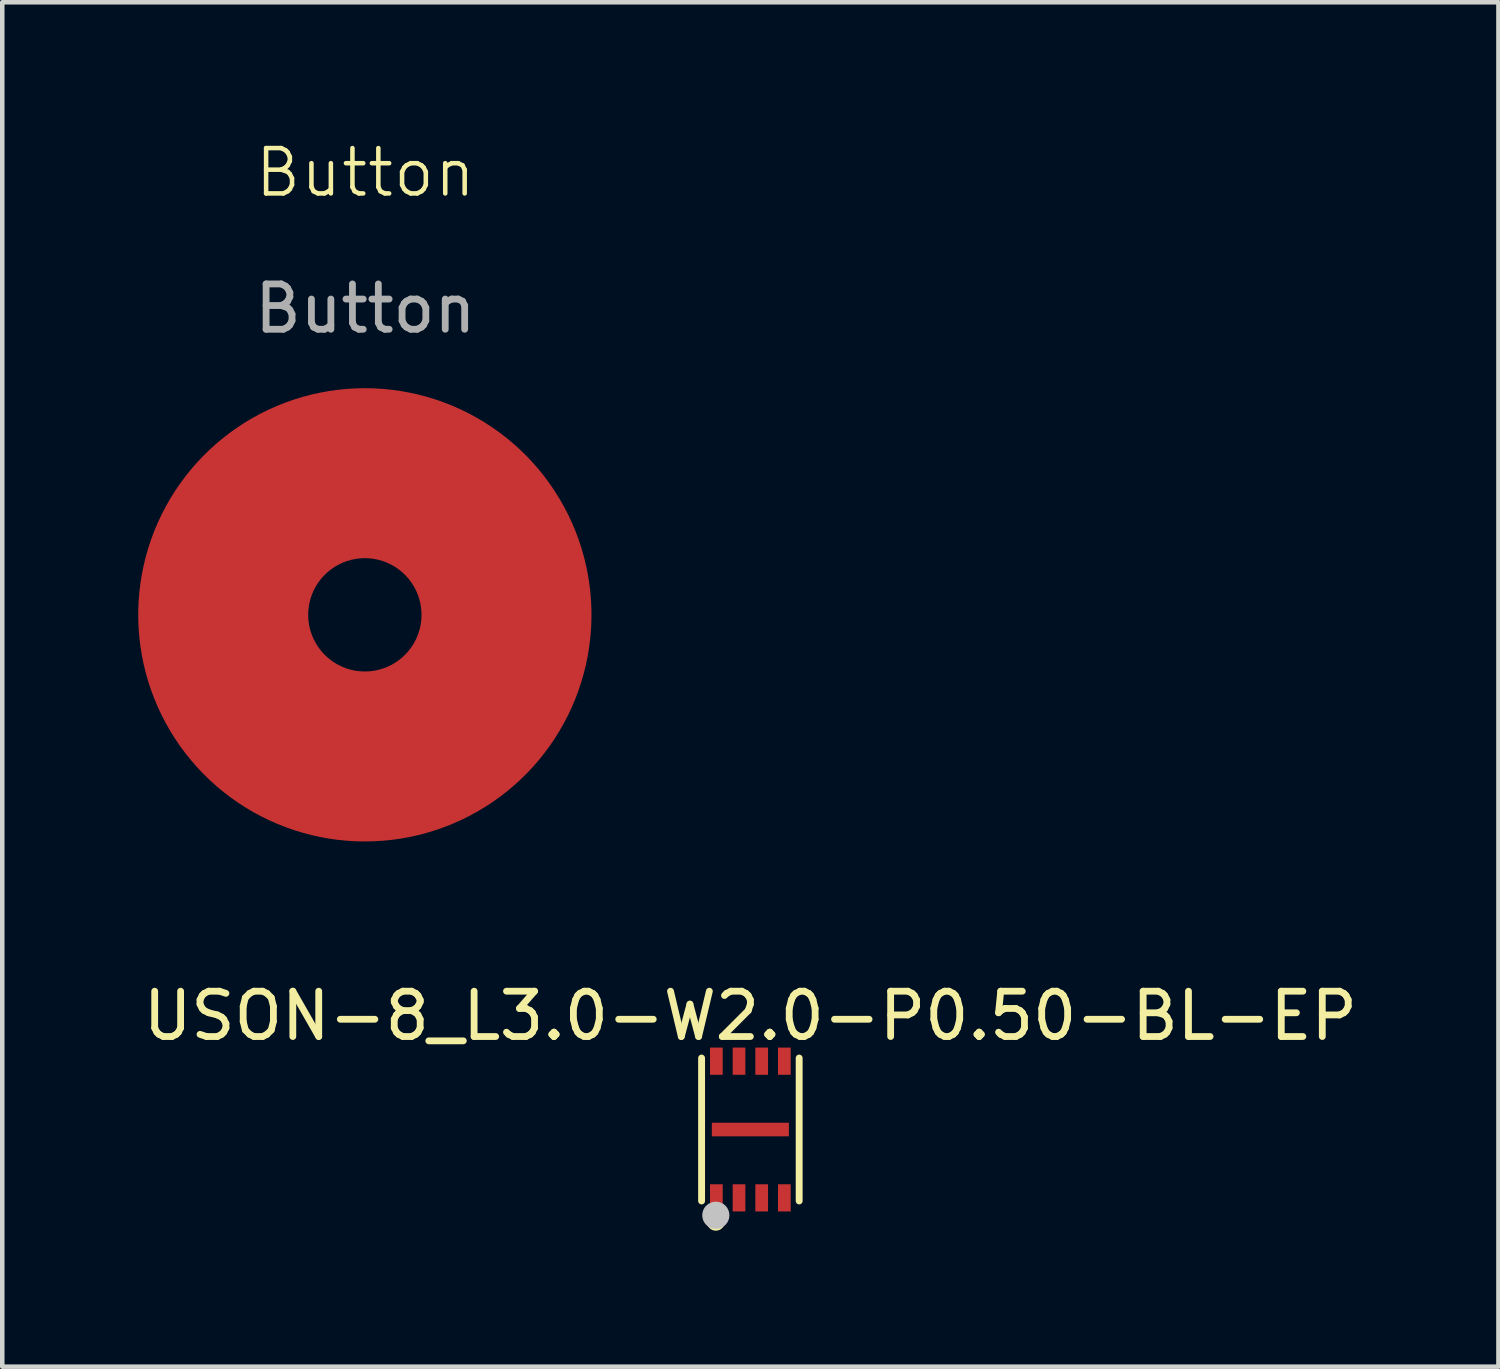
<source format=kicad_pcb>
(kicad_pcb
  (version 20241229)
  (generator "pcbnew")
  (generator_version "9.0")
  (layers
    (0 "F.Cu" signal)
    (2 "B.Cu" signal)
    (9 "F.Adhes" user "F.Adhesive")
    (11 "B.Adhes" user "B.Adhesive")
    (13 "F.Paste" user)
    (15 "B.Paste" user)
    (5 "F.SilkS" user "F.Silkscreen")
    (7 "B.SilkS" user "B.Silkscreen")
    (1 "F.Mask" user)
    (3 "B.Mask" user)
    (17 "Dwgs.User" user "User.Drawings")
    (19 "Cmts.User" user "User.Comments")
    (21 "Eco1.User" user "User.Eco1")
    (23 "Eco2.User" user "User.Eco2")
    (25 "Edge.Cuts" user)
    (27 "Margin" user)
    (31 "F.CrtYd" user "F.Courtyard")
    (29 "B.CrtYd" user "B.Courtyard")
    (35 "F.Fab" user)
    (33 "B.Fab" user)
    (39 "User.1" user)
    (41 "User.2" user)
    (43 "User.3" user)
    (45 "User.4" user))
  (footprint "Button"
    (layer "F.Cu")
    (at 5.012 1.26)
    (property "Reference" "Button" (at 0 -0.5 0) (unlocked yes) (layer "F.SilkS") (effects (font (size 1 1) (thickness 0.1))))
    (fp_poly (pts (xy 2.355 9.116) (xy 2.316 8.818) (xy 2.238 8.528) (xy 2.123 8.25) (xy 1.972 7.99) (xy 1.789 7.751) (xy 1.577 7.539) (xy 1.338 7.356) (xy 1.078 7.205) (xy 0.8 7.09) (xy 0.51 7.012) (xy 0.212 6.973) (xy -0.089 6.973) (xy -0.387 7.012) (xy -0.677 7.09) (xy -0.955 7.205) (xy -1.216 7.356) (xy -1.454 7.539) (xy -1.667 7.751) (xy -1.85 7.99) (xy -2 8.25) (xy -2.115 8.528) (xy -2.193 8.818) (xy -2.232 9.116) (xy -2.232 9.417) (xy -2.193 9.715) (xy -2.115 10.005) (xy -2 10.283) (xy -1.85 10.543) (xy -1.667 10.782) (xy -1.454 10.995) (xy -1.216 11.178) (xy -0.955 11.328) (xy -0.677 11.443) (xy -0.387 11.521) (xy -0.089 11.56) (xy 0.212 11.56) (xy 0.51 11.521) (xy 0.8 11.443) (xy 1.078 11.328) (xy 1.338 11.178) (xy 1.577 10.995) (xy 1.789 10.782) (xy 1.972 10.543) (xy 2.123 10.283) (xy 2.238 10.005) (xy 2.316 9.715) (xy 2.355 9.417) (xy 2.355 9.116)) (stroke (width 0) (type solid)) (fill yes) (layer "F.Mask"))
    (fp_text user "${REFERENCE}" (at 0 2.5 0) (unlocked yes) (layer "F.Fab") (effects (font (size 1 1) (thickness 0.15))))
    (pad "1" smd custom (at -2.502 9.927) (size 2.54 2.54) (layers "F.Cu" "F.Mask") (options (anchor circle)) (primitives (gr_poly (pts (arc (start 1.24 -0.671505) (mid 2.49 0.578495) (end 3.74 -0.671505)) (arc (start 7.49 -0.671505) (mid 2.49 4.328495) (end -2.51 -0.671505))) (width 0) (fill yes)) (gr_poly (pts (arc (start 7.49 -0.671505) (mid 2.49 -5.671505) (end -2.51 -0.671505)) (arc (start 1.24 -0.671505) (mid 2.49 -1.921505) (end 3.74 -0.671505))) (width 0) (fill yes)))))
  (footprint "USON-8_L3.0-W2.0-P0.50-BL-EP"
    (layer "F.Cu")
    (at 13.506 21.872)
    (property "Reference" "USON-8_L3.0-W2.0-P0.50-BL-EP" (at 0.00025 -2.507 0) (layer "F.SilkS") (effects (font (size 1 1) (thickness 0.15))))
    (fp_line (start -1.076 -1.577) (end -1.076 1.576) (stroke (width 0.152) (type default)) (layer "F.SilkS"))
    (fp_line (start 1.077 1.576) (end 1.077 -1.577) (stroke (width 0.152) (type default)) (layer "F.SilkS"))
    (fp_circle (center -0.762 2.032) (end -0.662 2.032) (stroke (width 0.2) (type default)) (fill no) (layer "F.SilkS"))
    (fp_circle (center -0.762 1.892) (end -0.612 1.892) (stroke (width 0.3) (type default)) (fill no) (layer "Dwgs.User"))
    (fp_poly (pts (xy -0.875 1.232) (xy -0.625 1.232) (xy -0.625 1.5) (xy -0.875 1.5)) (stroke (width 0.1) (type default)) (fill no) (layer "User.1"))
    (fp_poly (pts (xy -0.8 -0.1) (xy 0.8 -0.1) (xy 0.8 0.1) (xy -0.8 0.1)) (stroke (width 0.1) (type default)) (fill no) (layer "User.1"))
    (fp_poly (pts (xy -0.625 -1.232) (xy -0.875 -1.232) (xy -0.875 -1.5) (xy -0.625 -1.5)) (stroke (width 0.1) (type default)) (fill no) (layer "User.1"))
    (fp_poly (pts (xy -0.375 1.232) (xy -0.125 1.232) (xy -0.125 1.5) (xy -0.375 1.5)) (stroke (width 0.1) (type default)) (fill no) (layer "User.1"))
    (fp_poly (pts (xy -0.125 -1.232) (xy -0.375 -1.232) (xy -0.375 -1.5) (xy -0.125 -1.5)) (stroke (width 0.1) (type default)) (fill no) (layer "User.1"))
    (fp_poly (pts (xy 0.125 1.232) (xy 0.375 1.232) (xy 0.375 1.5) (xy 0.125 1.5)) (stroke (width 0.1) (type default)) (fill no) (layer "User.1"))
    (fp_poly (pts (xy 0.375 -1.232) (xy 0.125 -1.232) (xy 0.125 -1.5) (xy 0.375 -1.5)) (stroke (width 0.1) (type default)) (fill no) (layer "User.1"))
    (fp_poly (pts (xy 0.625 1.232) (xy 0.875 1.232) (xy 0.875 1.5) (xy 0.625 1.5)) (stroke (width 0.1) (type default)) (fill no) (layer "User.1"))
    (fp_poly (pts (xy 0.875 -1.232) (xy 0.625 -1.232) (xy 0.625 -1.5) (xy 0.875 -1.5)) (stroke (width 0.1) (type default)) (fill no) (layer "User.1"))
    (fp_line (start -1 -1.5) (end -1 1.5) (stroke (width 0.051) (type default)) (layer "User.2"))
    (fp_line (start -1 1.5) (end 1 1.5) (stroke (width 0.051) (type default)) (layer "User.2"))
    (fp_line (start 1 -1.5) (end -1 -1.5) (stroke (width 0.051) (type default)) (layer "User.2"))
    (fp_line (start 1 1.5) (end 1 -1.5) (stroke (width 0.051) (type default)) (layer "User.2"))
    (fp_poly (pts (xy -0.945 1.477) (xy -0.977 1.445) (xy -1.023 1.445) (xy -1.055 1.477) (xy -1.055 1.523) (xy -1.023 1.555) (xy -0.977 1.555) (xy -0.945 1.523)) (stroke (width 0.1) (type default)) (fill no) (layer "User.3"))
    (pad "1" smd rect (at -0.75 1.508 270) (size 0.6 0.28) (layers "F.Cu" "F.Mask" "F.Paste"))
    (pad "2" smd rect (at -0.25 1.508 270) (size 0.6 0.28) (layers "F.Cu" "F.Mask" "F.Paste"))
    (pad "3" smd rect (at 0.25 1.508 270) (size 0.6 0.28) (layers "F.Cu" "F.Mask" "F.Paste"))
    (pad "4" smd rect (at 0.75 1.508 270) (size 0.6 0.28) (layers "F.Cu" "F.Mask" "F.Paste"))
    (pad "5" smd rect (at 0.75 -1.508 270) (size 0.6 0.28) (layers "F.Cu" "F.Mask" "F.Paste"))
    (pad "6" smd rect (at 0.25 -1.508 270) (size 0.6 0.28) (layers "F.Cu" "F.Mask" "F.Paste"))
    (pad "7" smd rect (at -0.25 -1.508 270) (size 0.6 0.28) (layers "F.Cu" "F.Mask" "F.Paste"))
    (pad "8" smd rect (at -0.75 -1.508 270) (size 0.6 0.28) (layers "F.Cu" "F.Mask" "F.Paste"))
    (pad "9" smd rect (at 0 0 90) (size 0.3 1.7) (layers "F.Cu" "F.Mask" "F.Paste")))
  (gr_rect
    (start -3 -3)
    (end 30.012 27.104)
    (stroke (width 0.1) (type default))
    (fill no)
    (layer "Edge.Cuts")))
</source>
